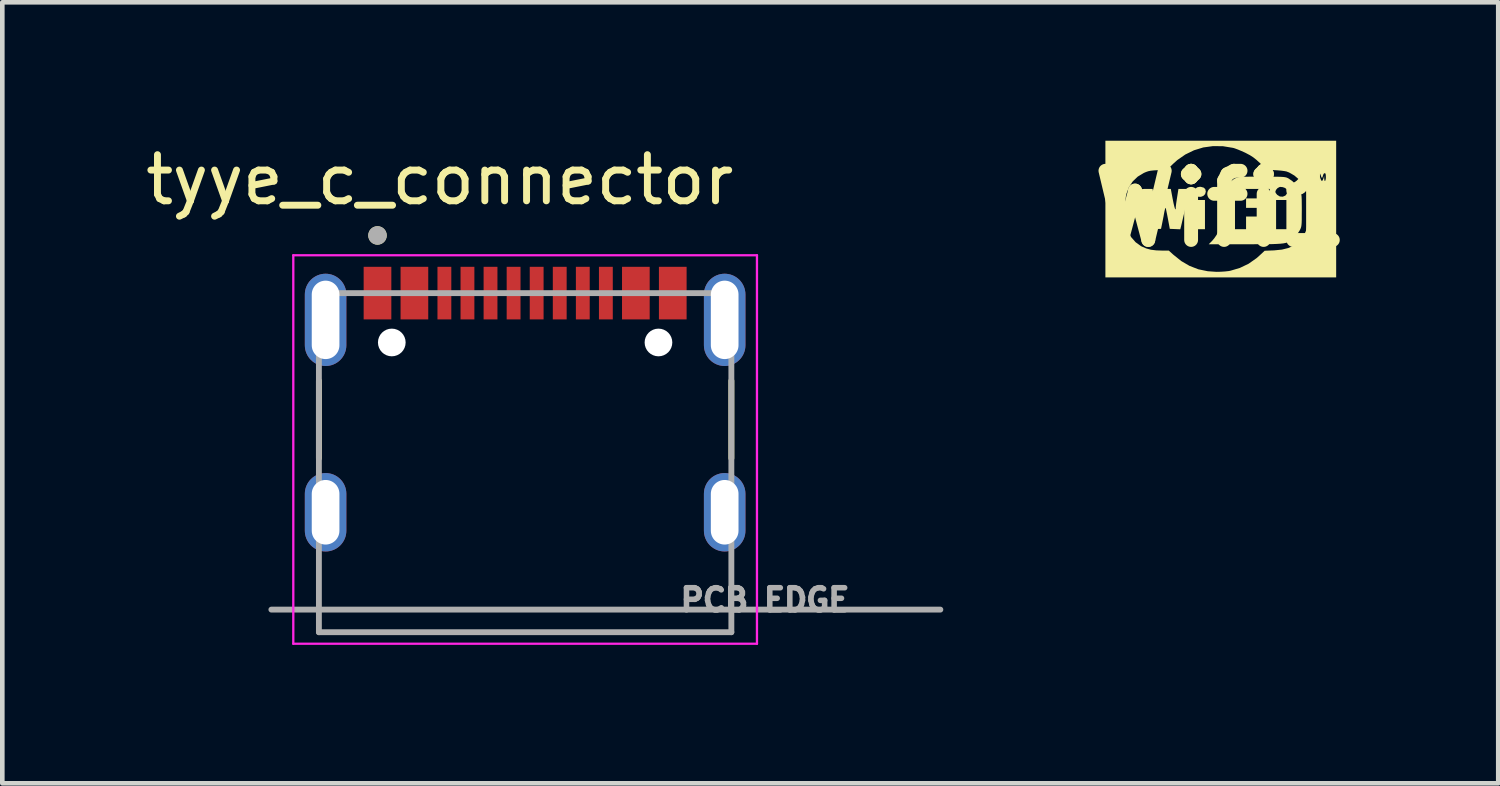
<source format=kicad_pcb>
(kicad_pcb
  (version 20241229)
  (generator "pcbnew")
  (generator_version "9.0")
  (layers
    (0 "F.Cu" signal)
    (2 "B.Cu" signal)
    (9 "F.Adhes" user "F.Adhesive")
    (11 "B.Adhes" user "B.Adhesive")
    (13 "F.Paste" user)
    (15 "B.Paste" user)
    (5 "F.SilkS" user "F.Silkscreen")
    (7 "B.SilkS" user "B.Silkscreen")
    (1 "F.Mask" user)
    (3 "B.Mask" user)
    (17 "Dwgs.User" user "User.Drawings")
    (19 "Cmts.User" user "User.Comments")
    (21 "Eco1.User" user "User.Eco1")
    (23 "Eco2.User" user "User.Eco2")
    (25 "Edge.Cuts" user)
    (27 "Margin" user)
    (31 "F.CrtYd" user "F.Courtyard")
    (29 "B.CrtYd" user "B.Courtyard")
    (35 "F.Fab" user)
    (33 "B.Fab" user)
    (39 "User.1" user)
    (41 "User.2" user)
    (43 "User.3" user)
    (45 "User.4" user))
  (footprint "Wifi1"
    (layer "F.Cu")
    (at 23.41 1.473)
    (property "Reference" "Wifi1" (at 0 0 0) (layer "F.SilkS") (effects (font (size 1.5 1.5) (thickness 0.3))))
    (attr board_only exclude_from_pos_files exclude_from_bom)
    (fp_poly (pts (xy -0.343 0.128) (xy -0.343 0.445) (xy -0.454 0.445) (xy -0.565 0.445) (xy -0.565 0.128) (xy -0.565 -0.188) (xy -0.454 -0.188) (xy -0.343 -0.188)) (stroke (width 0) (type solid)) (fill yes) (layer "F.SilkS"))
    (fp_poly (pts (xy -0.431 -0.473) (xy -0.37 -0.456) (xy -0.336 -0.424) (xy -0.325 -0.372) (xy -0.325 -0.367) (xy -0.34 -0.315) (xy -0.378 -0.277) (xy -0.43 -0.257) (xy -0.486 -0.258) (xy -0.538 -0.282) (xy -0.548 -0.291) (xy -0.576 -0.339) (xy -0.576 -0.388) (xy -0.553 -0.432) (xy -0.51 -0.464) (xy -0.453 -0.475)) (stroke (width 0) (type solid)) (fill yes) (layer "F.SilkS"))
    (fp_poly (pts (xy -1.448 -0.236) (xy -1.435 -0.154) (xy -1.422 -0.081) (xy -1.411 -0.026) (xy -1.404 0) (xy -1.39 0.043) (xy -1.389 0.001) (xy -1.385 -0.032) (xy -1.376 -0.09) (xy -1.363 -0.164) (xy -1.35 -0.234) (xy -1.312 -0.428) (xy -1.197 -0.428) (xy -1.083 -0.428) (xy -1.044 -0.218) (xy -1.025 -0.123) (xy -1.008 -0.05) (xy -0.994 -0.003) (xy -0.983 0.017) (xy -0.977 0.006) (xy -0.976 -0.018) (xy -0.974 -0.052) (xy -0.967 -0.11) (xy -0.956 -0.185) (xy -0.947 -0.244) (xy -0.918 -0.428) (xy -0.792 -0.428) (xy -0.727 -0.427) (xy -0.69 -0.424) (xy -0.675 -0.416) (xy -0.674 -0.401) (xy -0.674 -0.398) (xy -0.681 -0.373) (xy -0.694 -0.32) (xy -0.712 -0.245) (xy -0.734 -0.153) (xy -0.758 -0.051) (xy -0.761 -0.038) (xy -0.787 0.069) (xy -0.811 0.17) (xy -0.832 0.258) (xy -0.848 0.327) (xy -0.858 0.369) (xy -0.858 0.37) (xy -0.878 0.447) (xy -0.991 0.442) (xy -1.105 0.437) (xy -1.145 0.223) (xy -1.161 0.139) (xy -1.176 0.067) (xy -1.187 0.012) (xy -1.194 -0.016) (xy -1.194 -0.017) (xy -1.201 -0.014) (xy -1.211 0.016) (xy -1.223 0.069) (xy -1.226 0.086) (xy -1.241 0.169) (xy -1.259 0.259) (xy -1.272 0.325) (xy -1.295 0.437) (xy -1.407 0.442) (xy -1.52 0.447) (xy -1.539 0.37) (xy -1.549 0.329) (xy -1.566 0.261) (xy -1.587 0.174) (xy -1.61 0.073) (xy -1.636 -0.034) (xy -1.637 -0.038) (xy -1.661 -0.141) (xy -1.683 -0.234) (xy -1.702 -0.312) (xy -1.716 -0.368) (xy -1.723 -0.397) (xy -1.723 -0.398) (xy -1.724 -0.414) (xy -1.712 -0.423) (xy -1.679 -0.427) (xy -1.619 -0.428) (xy -1.605 -0.428) (xy -1.478 -0.428)) (stroke (width 0) (type solid)) (fill yes) (layer "F.SilkS"))
    (fp_poly (pts (xy 1.036 -0.694) (xy 1.151 -0.693) (xy 1.24 -0.692) (xy 1.308 -0.69) (xy 1.358 -0.687) (xy 1.394 -0.682) (xy 1.422 -0.676) (xy 1.444 -0.667) (xy 1.465 -0.657) (xy 1.465 -0.657) (xy 1.553 -0.596) (xy 1.636 -0.514) (xy 1.701 -0.424) (xy 1.716 -0.397) (xy 1.729 -0.368) (xy 1.739 -0.34) (xy 1.746 -0.306) (xy 1.751 -0.262) (xy 1.754 -0.202) (xy 1.755 -0.121) (xy 1.756 -0.012) (xy 1.756 0.034) (xy 1.755 0.153) (xy 1.755 0.242) (xy 1.753 0.308) (xy 1.749 0.356) (xy 1.743 0.392) (xy 1.734 0.421) (xy 1.722 0.449) (xy 1.709 0.473) (xy 1.67 0.533) (xy 1.618 0.597) (xy 1.577 0.638) (xy 1.544 0.668) (xy 1.514 0.692) (xy 1.483 0.712) (xy 1.449 0.729) (xy 1.408 0.742) (xy 1.357 0.752) (xy 1.293 0.759) (xy 1.213 0.764) (xy 1.113 0.768) (xy 0.99 0.77) (xy 0.842 0.77) (xy 0.664 0.771) (xy 0.534 0.771) (xy -0.261 0.771) (xy -0.188 0.698) (xy -0.141 0.642) (xy -0.093 0.572) (xy -0.062 0.514) (xy -0.044 0.476) (xy -0.031 0.442) (xy -0.021 0.407) (xy -0.014 0.366) (xy -0.009 0.312) (xy -0.005 0.24) (xy -0.002 0.144) (xy 0.001 0.051) (xy 0.004 -0.071) (xy 0.008 -0.164) (xy 0.013 -0.234) (xy 0.019 -0.286) (xy 0.027 -0.325) (xy 0.037 -0.358) (xy 0.046 -0.38) (xy 0.075 -0.428) (xy 0.308 -0.428) (xy 0.308 0.009) (xy 0.308 0.445) (xy 0.428 0.445) (xy 0.548 0.445) (xy 0.548 0.308) (xy 0.548 0.171) (xy 0.779 0.171) (xy 1.011 0.171) (xy 1.011 0.077) (xy 1.011 -0.017) (xy 0.779 -0.017) (xy 0.548 -0.017) (xy 0.548 -0.12) (xy 0.548 -0.188) (xy 1.199 -0.188) (xy 1.199 0.128) (xy 1.199 0.445) (xy 1.31 0.445) (xy 1.422 0.445) (xy 1.422 0.128) (xy 1.422 -0.188) (xy 1.31 -0.188) (xy 1.199 -0.188) (xy 0.548 -0.188) (xy 0.548 -0.223) (xy 0.805 -0.223) (xy 1.062 -0.223) (xy 1.062 -0.325) (xy 1.062 -0.364) (xy 1.182 -0.364) (xy 1.193 -0.337) (xy 1.221 -0.302) (xy 1.224 -0.299) (xy 1.281 -0.264) (xy 1.344 -0.26) (xy 1.401 -0.284) (xy 1.43 -0.322) (xy 1.439 -0.374) (xy 1.425 -0.423) (xy 1.393 -0.449) (xy 1.342 -0.467) (xy 1.29 -0.472) (xy 1.274 -0.469) (xy 1.231 -0.446) (xy 1.196 -0.406) (xy 1.182 -0.364) (xy 1.182 -0.364) (xy 1.062 -0.364) (xy 1.062 -0.428) (xy 0.685 -0.428) (xy 0.308 -0.428) (xy 0.075 -0.428) (xy 0.105 -0.477) (xy 0.185 -0.566) (xy 0.276 -0.636) (xy 0.303 -0.652) (xy 0.327 -0.664) (xy 0.35 -0.673) (xy 0.376 -0.68) (xy 0.41 -0.686) (xy 0.455 -0.689) (xy 0.515 -0.692) (xy 0.596 -0.693) (xy 0.701 -0.694) (xy 0.834 -0.694) (xy 0.891 -0.694)) (stroke (width 0) (type solid)) (fill yes) (layer "F.SilkS"))
    (fp_poly (pts (xy 2.501 0.009) (xy 2.501 1.49) (xy 0 1.49) (xy -2.501 1.49) (xy -2.501 0.009) (xy -2.501 -0.011) (xy -2.072 -0.011) (xy -2.071 0.098) (xy -2.068 0.202) (xy -2.062 0.29) (xy -2.055 0.343) (xy -2.012 0.489) (xy -1.941 0.619) (xy -1.846 0.727) (xy -1.73 0.811) (xy -1.717 0.818) (xy -1.619 0.861) (xy -1.515 0.89) (xy -1.397 0.904) (xy -1.282 0.908) (xy -1.127 0.908) (xy -1.03 0.996) (xy -0.857 1.135) (xy -0.677 1.24) (xy -0.486 1.314) (xy -0.282 1.356) (xy -0.094 1.369) (xy -0.002 1.367) (xy 0.091 1.361) (xy 0.172 1.352) (xy 0.209 1.345) (xy 0.412 1.285) (xy 0.602 1.194) (xy 0.776 1.072) (xy 0.838 1.017) (xy 0.951 0.912) (xy 1.156 0.904) (xy 1.325 0.887) (xy 1.467 0.852) (xy 1.587 0.796) (xy 1.687 0.718) (xy 1.772 0.617) (xy 1.779 0.606) (xy 1.813 0.551) (xy 1.839 0.497) (xy 1.858 0.439) (xy 1.871 0.37) (xy 1.879 0.286) (xy 1.883 0.18) (xy 1.884 0.046) (xy 1.884 0.023) (xy 1.884 -0.095) (xy 1.882 -0.184) (xy 1.879 -0.252) (xy 1.874 -0.303) (xy 1.867 -0.344) (xy 1.856 -0.382) (xy 1.848 -0.403) (xy 1.788 -0.521) (xy 1.701 -0.628) (xy 1.596 -0.718) (xy 1.521 -0.762) (xy 1.951 -0.762) (xy 1.957 -0.759) (xy 1.977 -0.745) (xy 1.986 -0.71) (xy 1.987 -0.675) (xy 1.99 -0.63) (xy 1.999 -0.603) (xy 2.004 -0.599) (xy 2.015 -0.615) (xy 2.021 -0.653) (xy 2.021 -0.667) (xy 2.023 -0.685) (xy 2.107 -0.685) (xy 2.111 -0.634) (xy 2.12 -0.605) (xy 2.131 -0.601) (xy 2.14 -0.624) (xy 2.142 -0.655) (xy 2.144 -0.711) (xy 2.16 -0.655) (xy 2.175 -0.618) (xy 2.191 -0.6) (xy 2.192 -0.599) (xy 2.207 -0.614) (xy 2.223 -0.65) (xy 2.225 -0.655) (xy 2.241 -0.711) (xy 2.242 -0.655) (xy 2.247 -0.612) (xy 2.257 -0.599) (xy 2.268 -0.613) (xy 2.276 -0.651) (xy 2.278 -0.685) (xy 2.275 -0.739) (xy 2.266 -0.765) (xy 2.252 -0.771) (xy 2.229 -0.755) (xy 2.215 -0.719) (xy 2.205 -0.683) (xy 2.193 -0.668) (xy 2.192 -0.668) (xy 2.18 -0.683) (xy 2.169 -0.718) (xy 2.169 -0.719) (xy 2.154 -0.757) (xy 2.133 -0.771) (xy 2.116 -0.762) (xy 2.108 -0.731) (xy 2.107 -0.685) (xy 2.023 -0.685) (xy 2.029 -0.724) (xy 2.051 -0.752) (xy 2.063 -0.763) (xy 2.047 -0.768) (xy 2.004 -0.768) (xy 1.965 -0.766) (xy 1.951 -0.762) (xy 1.521 -0.762) (xy 1.48 -0.785) (xy 1.422 -0.807) (xy 1.379 -0.815) (xy 1.313 -0.824) (xy 1.233 -0.831) (xy 1.182 -0.834) (xy 1.002 -0.844) (xy 0.851 -0.987) (xy 0.772 -1.059) (xy 0.704 -1.113) (xy 0.634 -1.158) (xy 0.551 -1.202) (xy 0.526 -1.215) (xy 0.445 -1.251) (xy 0.366 -1.284) (xy 0.3 -1.308) (xy 0.266 -1.318) (xy 0.046 -1.354) (xy -0.17 -1.356) (xy -0.38 -1.327) (xy -0.58 -1.266) (xy -0.769 -1.174) (xy -0.943 -1.053) (xy -1.031 -0.974) (xy -1.166 -0.844) (xy -1.361 -0.835) (xy -1.451 -0.83) (xy -1.518 -0.823) (xy -1.571 -0.812) (xy -1.62 -0.795) (xy -1.667 -0.775) (xy -1.8 -0.695) (xy -1.908 -0.591) (xy -1.99 -0.468) (xy -2.044 -0.326) (xy -2.055 -0.276) (xy -2.064 -0.208) (xy -2.069 -0.117) (xy -2.072 -0.011) (xy -2.501 -0.011) (xy -2.501 -1.473) (xy 0 -1.473) (xy 2.501 -1.473)) (stroke (width 0) (type solid)) (fill yes) (layer "F.SilkS")))
  (footprint "tyye_c_connector"
    (layer "F.Cu")
    (at 8.332 8.053)
    (property "Reference" "tyye_c_connector" (at -1.85 -7.205 0) (layer "F.SilkS") (effects (font (size 1 1) (thickness 0.15))))
    (attr smd)
    (fp_poly (pts (xy -3.55 -5.37) (xy -2.85 -5.37) (xy -2.85 -4.13) (xy -3.55 -4.13)) (stroke (width 0.01) (type solid)) (fill yes) (layer "F.Mask"))
    (fp_poly (pts (xy -2.75 -5.37) (xy -2.05 -5.37) (xy -2.05 -4.13) (xy -2.75 -4.13)) (stroke (width 0.01) (type solid)) (fill yes) (layer "F.Mask"))
    (fp_poly (pts (xy -1.95 -5.37) (xy -1.55 -5.37) (xy -1.55 -4.13) (xy -1.95 -4.13)) (stroke (width 0.01) (type solid)) (fill yes) (layer "F.Mask"))
    (fp_poly (pts (xy -1.45 -5.37) (xy -1.05 -5.37) (xy -1.05 -4.13) (xy -1.45 -4.13)) (stroke (width 0.01) (type solid)) (fill yes) (layer "F.Mask"))
    (fp_poly (pts (xy -0.95 -5.37) (xy -0.55 -5.37) (xy -0.55 -4.13) (xy -0.95 -4.13)) (stroke (width 0.01) (type solid)) (fill yes) (layer "F.Mask"))
    (fp_poly (pts (xy -0.45 -5.37) (xy -0.05 -5.37) (xy -0.05 -4.13) (xy -0.45 -4.13)) (stroke (width 0.01) (type solid)) (fill yes) (layer "F.Mask"))
    (fp_poly (pts (xy 0.05 -5.37) (xy 0.45 -5.37) (xy 0.45 -4.13) (xy 0.05 -4.13)) (stroke (width 0.01) (type solid)) (fill yes) (layer "F.Mask"))
    (fp_poly (pts (xy 0.55 -5.37) (xy 0.95 -5.37) (xy 0.95 -4.13) (xy 0.55 -4.13)) (stroke (width 0.01) (type solid)) (fill yes) (layer "F.Mask"))
    (fp_poly (pts (xy 1.05 -5.37) (xy 1.45 -5.37) (xy 1.45 -4.13) (xy 1.05 -4.13)) (stroke (width 0.01) (type solid)) (fill yes) (layer "F.Mask"))
    (fp_poly (pts (xy 1.55 -5.37) (xy 1.95 -5.37) (xy 1.95 -4.13) (xy 1.55 -4.13)) (stroke (width 0.01) (type solid)) (fill yes) (layer "F.Mask"))
    (fp_poly (pts (xy 2.05 -5.37) (xy 2.75 -5.37) (xy 2.75 -4.13) (xy 2.05 -4.13)) (stroke (width 0.01) (type solid)) (fill yes) (layer "F.Mask"))
    (fp_poly (pts (xy 2.85 -5.37) (xy 3.55 -5.37) (xy 3.55 -4.13) (xy 2.85 -4.13)) (stroke (width 0.01) (type solid)) (fill yes) (layer "F.Mask"))
    (fp_line (start -4.47 -2.85) (end -4.47 -1.17) (stroke (width 0.127) (type solid)) (layer "F.SilkS"))
    (fp_line (start 4.47 -2.85) (end 4.47 -1.17) (stroke (width 0.127) (type solid)) (layer "F.SilkS"))
    (fp_circle (center -3.2 -6) (end -3.1 -6) (stroke (width 0.2) (type solid)) (fill no) (layer "F.SilkS"))
    (fp_line (start -5.025 -5.57) (end -5.025 2.85) (stroke (width 0.05) (type solid)) (layer "F.CrtYd"))
    (fp_line (start -5.025 2.85) (end 5.025 2.85) (stroke (width 0.05) (type solid)) (layer "F.CrtYd"))
    (fp_line (start 5.025 -5.57) (end -5.025 -5.57) (stroke (width 0.05) (type solid)) (layer "F.CrtYd"))
    (fp_line (start 5.025 2.85) (end 5.025 -5.57) (stroke (width 0.05) (type solid)) (layer "F.CrtYd"))
    (fp_line (start -5.5 2.11) (end 9 2.11) (stroke (width 0.127) (type solid)) (layer "F.Fab"))
    (fp_line (start -4.47 -4.75) (end -4.47 2.6) (stroke (width 0.127) (type solid)) (layer "F.Fab"))
    (fp_line (start -4.47 2.6) (end 4.47 2.6) (stroke (width 0.127) (type solid)) (layer "F.Fab"))
    (fp_line (start 4.47 -4.75) (end -4.47 -4.75) (stroke (width 0.127) (type solid)) (layer "F.Fab"))
    (fp_line (start 4.47 2.6) (end 4.47 -4.75) (stroke (width 0.127) (type solid)) (layer "F.Fab"))
    (fp_circle (center -3.2 -6) (end -3.1 -6) (stroke (width 0.2) (type solid)) (fill no) (layer "F.Fab"))
    (fp_text user "PCB EDGE" (at 5.2 1.9 0) (layer "F.Fab") (effects (font (size 0.48 0.48) (thickness 0.12))))
    (pad "" np_thru_hole circle (at -2.89 -3.68) (size 0.6 0.6) (drill 0.6) (layers "*.Cu" "*.Mask"))
    (pad "" np_thru_hole circle (at 2.89 -3.68) (size 0.6 0.6) (drill 0.6) (layers "*.Cu" "*.Mask"))
    (pad "A1" smd rect (at -3.2 -4.75) (size 0.6 1.14) (layers "F.Cu" "F.Paste"))
    (pad "A4" smd rect (at -2.4 -4.75) (size 0.6 1.14) (layers "F.Cu" "F.Paste"))
    (pad "A5" smd rect (at -1.25 -4.75) (size 0.3 1.14) (layers "F.Cu" "F.Paste"))
    (pad "A6" smd rect (at -0.25 -4.75) (size 0.3 1.14) (layers "F.Cu" "F.Paste"))
    (pad "A7" smd rect (at 0.25 -4.75) (size 0.3 1.14) (layers "F.Cu" "F.Paste"))
    (pad "A8" smd rect (at 1.25 -4.75) (size 0.3 1.14) (layers "F.Cu" "F.Paste"))
    (pad "B1" smd rect (at 3.2 -4.75) (size 0.6 1.14) (layers "F.Cu" "F.Paste"))
    (pad "B4" smd rect (at 2.4 -4.75) (size 0.6 1.14) (layers "F.Cu" "F.Paste"))
    (pad "B5" smd rect (at 1.75 -4.75) (size 0.3 1.14) (layers "F.Cu" "F.Paste"))
    (pad "B6" smd rect (at 0.75 -4.75) (size 0.3 1.14) (layers "F.Cu" "F.Paste"))
    (pad "B7" smd rect (at -0.75 -4.75) (size 0.3 1.14) (layers "F.Cu" "F.Paste"))
    (pad "B8" smd rect (at -1.75 -4.75) (size 0.3 1.14) (layers "F.Cu" "F.Paste"))
    (pad "S" thru_hole oval (at -4.325 -4.17) (size 0.9 2) (drill oval 0.6 1.7) (layers "*.Cu" "*.Mask"))
    (pad "S" thru_hole oval (at -4.325 0) (size 0.9 1.7) (drill oval 0.6 1.4) (layers "*.Cu" "*.Mask"))
    (pad "S" thru_hole oval (at 4.325 -4.17) (size 0.9 2) (drill oval 0.6 1.7) (layers "*.Cu" "*.Mask"))
    (pad "S" thru_hole oval (at 4.325 0) (size 0.9 1.7) (drill oval 0.6 1.4) (layers "*.Cu" "*.Mask")))
  (gr_rect
    (start -3 -3)
    (end 29.424 13.928)
    (stroke (width 0.1) (type default))
    (fill no)
    (layer "Edge.Cuts")))
</source>
